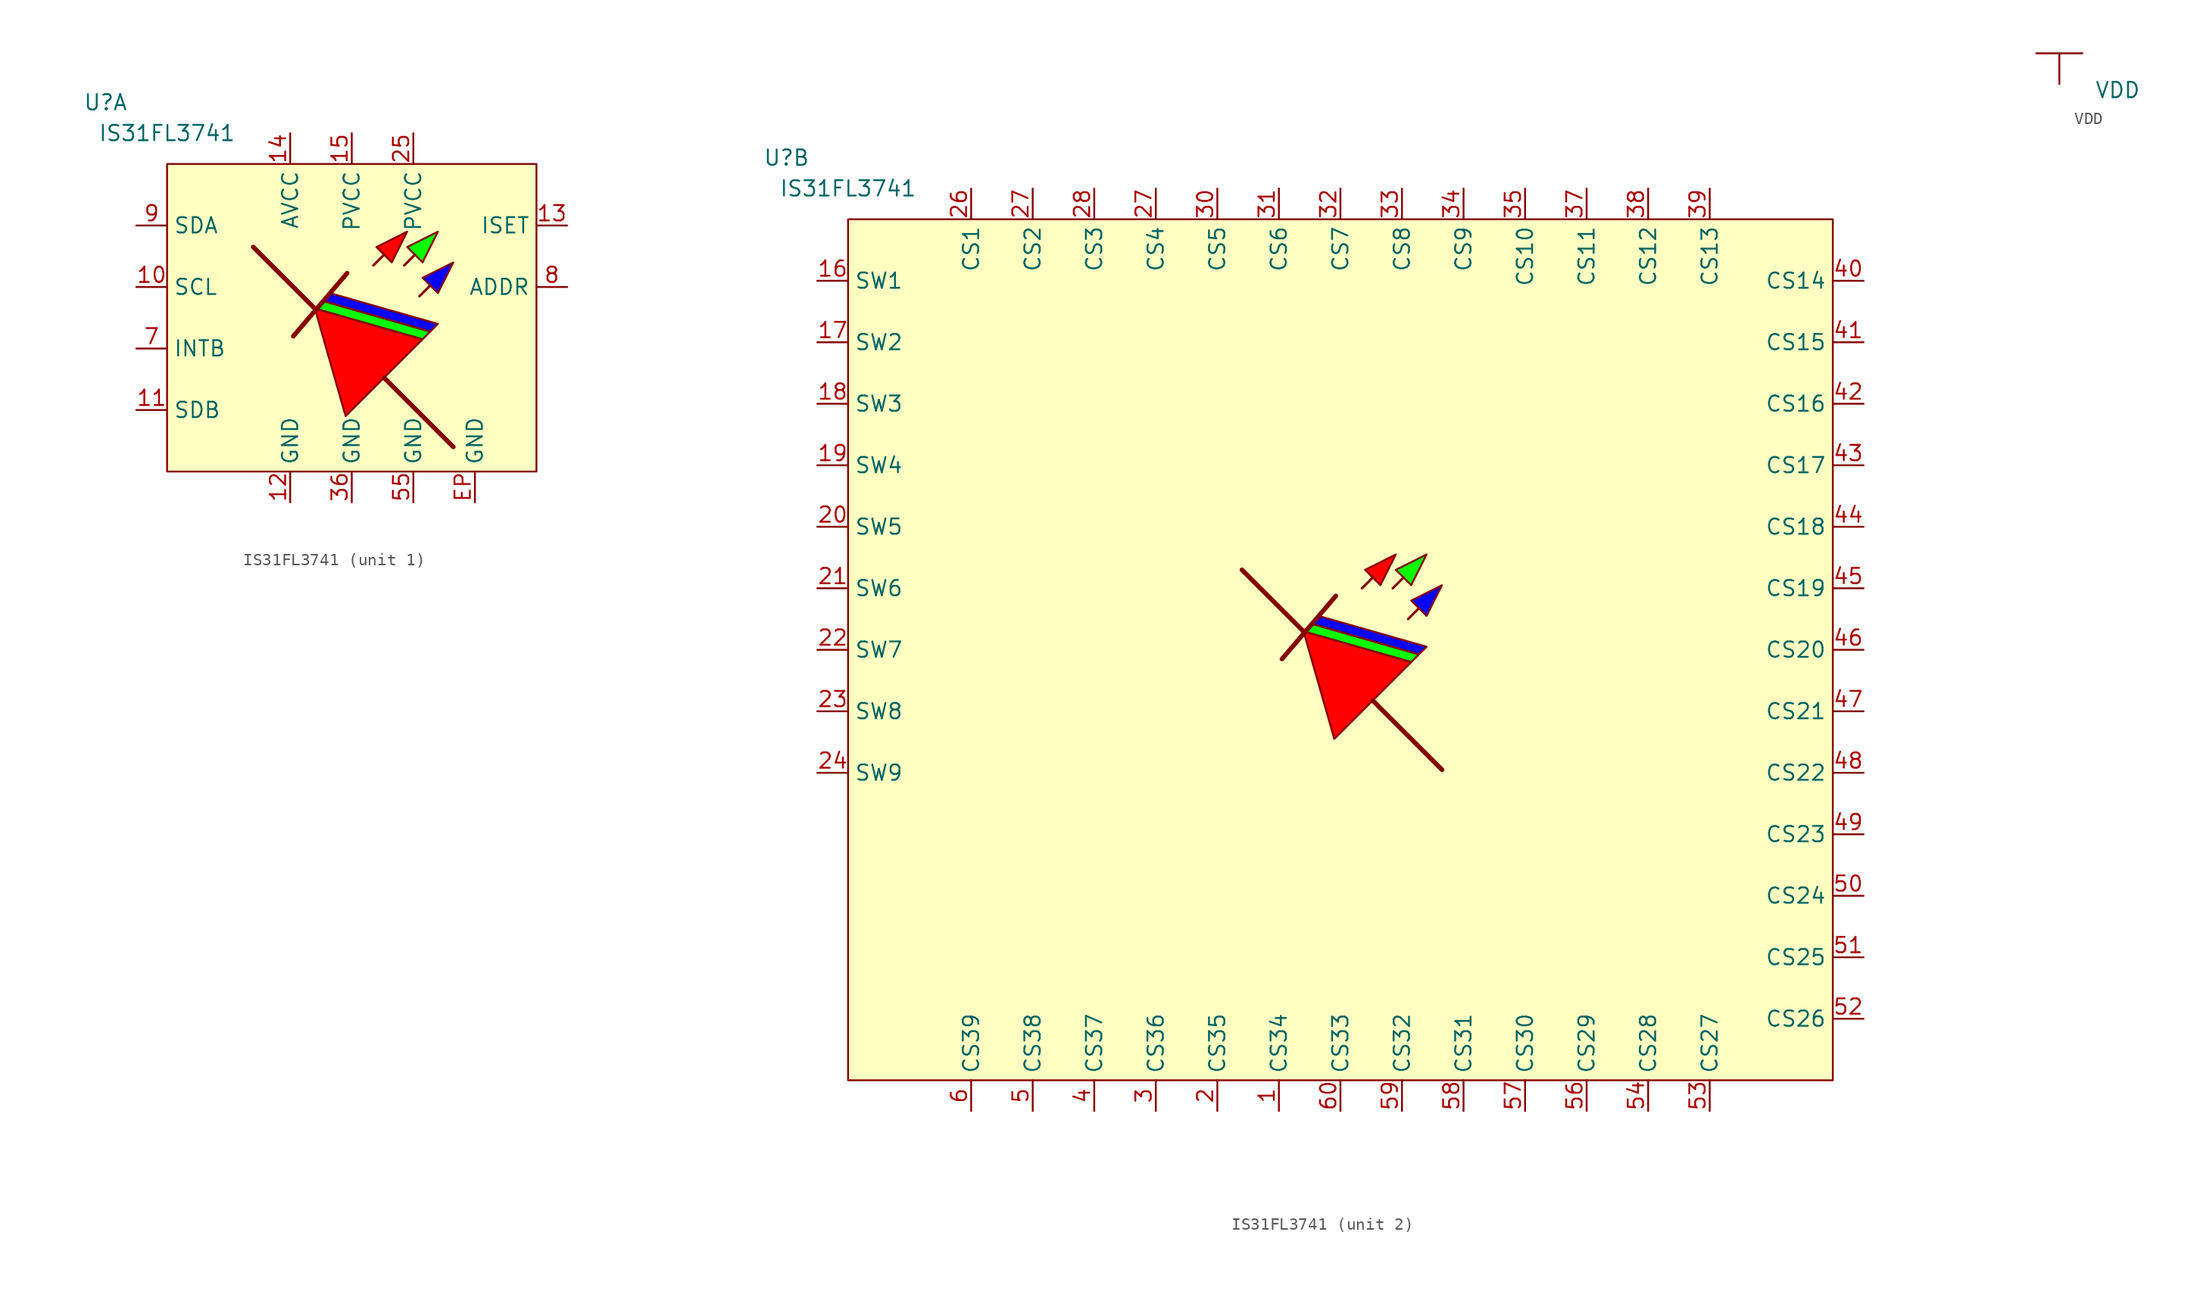
<source format=kicad_sym>
(kicad_symbol_lib
  (version 20241209)
  (generator "kicad_symbol_editor")
  (generator_version "9.0")
  (symbol "IS31FL3741"
    (property "Reference" "U"
      (at -5.08 5.08 0)
      (effects (font (size 1.27 1.27))))
    (property "Value" "IS31FL3741"
      (at 0 2.54 0)
      (effects (font (size 1.27 1.27))))
    (property "ki_locked" ""
      (at 0 0 0)
      (effects (font (size 1.27 1.27))))
    (symbol "IS31FL3741_1_1"
      (rectangle (start 0 0) (end 30.48 -25.4) (stroke (width 0) (type default)) (fill (type background)))
      (polyline (pts (xy 7.112 -6.858) (xy 12.192 -11.938)) (stroke (width 0.381) (type default)) (fill (type none)))
      (polyline (pts (xy 10.414 -14.224) (xy 14.859 -9.017)) (stroke (width 0.381) (type default)) (fill (type none)))
      (polyline (pts (xy 12.192 -11.938) (xy 14.732 -20.828) (xy 21.082 -14.478) (xy 12.192 -11.938)) (stroke (width 0) (type default)) (fill (type color) (color 255 0 0 1)))
      (polyline (pts (xy 17.907 -7.493) (xy 17.018 -8.382)) (stroke (width 0.203) (type default)) (fill (type none)))
      (polyline (pts (xy 17.907 -17.653) (xy 23.622 -23.368)) (stroke (width 0.381) (type default)) (fill (type none)))
      (polyline (pts (xy 18.542 -8.128) (xy 18.542 -8.128) (xy 19.812 -5.588) (xy 17.272 -6.858) (xy 18.542 -8.128)) (stroke (width 0) (type default)) (fill (type color) (color 255 0 0 1)))
      (polyline (pts (xy 20.447 -7.493) (xy 19.558 -8.382)) (stroke (width 0.203) (type default)) (fill (type none)))
      (polyline (pts (xy 21.082 -8.128) (xy 21.082 -8.128) (xy 22.352 -5.588) (xy 19.812 -6.858) (xy 21.082 -8.128)) (stroke (width 0) (type default)) (fill (type color) (color 0 255 0 1)))
      (polyline (pts (xy 21.082 -14.478) (xy 21.717 -13.843) (xy 12.827 -11.303) (xy 12.192 -11.938) (xy 21.082 -14.478)) (stroke (width 0) (type default)) (fill (type color) (color 0 255 0 1)))
      (polyline (pts (xy 21.717 -10.033) (xy 20.828 -10.922)) (stroke (width 0.203) (type default)) (fill (type none)))
      (polyline (pts (xy 21.717 -13.843) (xy 22.352 -13.208) (xy 13.462 -10.668) (xy 12.827 -11.303) (xy 21.717 -13.843)) (stroke (width 0) (type default)) (fill (type color) (color 0 0 255 1)))
      (polyline (pts (xy 22.352 -10.668) (xy 22.352 -10.668) (xy 23.622 -8.128) (xy 21.082 -9.398) (xy 22.352 -10.668)) (stroke (width 0) (type default)) (fill (type color) (color 0 0 255 1)))
      (pin bidirectional line (at -2.54 -5.08 0) (length 2.54) (name "SDA" (effects (font (size 1.27 1.27)))) (number "9" (effects (font (size 1.27 1.27)))))
      (pin input line (at -2.54 -10.16 0) (length 2.54) (name "SCL" (effects (font (size 1.27 1.27)))) (number "10" (effects (font (size 1.27 1.27)))))
      (pin input line (at -2.54 -15.24 0) (length 2.54) (name "INTB" (effects (font (size 1.27 1.27)))) (number "7" (effects (font (size 1.27 1.27)))))
      (pin input line (at -2.54 -20.32 0) (length 2.54) (name "SDB" (effects (font (size 1.27 1.27)))) (number "11" (effects (font (size 1.27 1.27)))))
      (pin power_in line (at 10.16 2.54 270) (length 2.54) (name "AVCC" (effects (font (size 1.27 1.27)))) (number "14" (effects (font (size 1.27 1.27)))))
      (pin input line (at 10.16 -27.94 90) (length 2.54) (name "GND" (effects (font (size 1.27 1.27)))) (number "12" (effects (font (size 1.27 1.27)))))
      (pin power_in line (at 15.24 2.54 270) (length 2.54) (name "PVCC" (effects (font (size 1.27 1.27)))) (number "15" (effects (font (size 1.27 1.27)))))
      (pin passive line (at 15.24 -27.94 90) (length 2.54) (name "GND" (effects (font (size 1.27 1.27)))) (number "36" (effects (font (size 1.27 1.27)))))
      (pin power_in line (at 20.32 2.54 270) (length 2.54) (name "PVCC" (effects (font (size 1.27 1.27)))) (number "25" (effects (font (size 1.27 1.27)))))
      (pin passive line (at 20.32 -27.94 90) (length 2.54) (name "GND" (effects (font (size 1.27 1.27)))) (number "55" (effects (font (size 1.27 1.27)))))
      (pin passive line (at 25.4 -27.94 90) (length 2.54) (name "GND" (effects (font (size 1.27 1.27)))) (number "EP" (effects (font (size 1.27 1.27)))))
      (pin input line (at 33.02 -5.08 180) (length 2.54) (name "ISET" (effects (font (size 1.27 1.27)))) (number "13" (effects (font (size 1.27 1.27)))))
      (pin input line (at 33.02 -10.16 180) (length 2.54) (name "ADDR" (effects (font (size 1.27 1.27)))) (number "8" (effects (font (size 1.27 1.27))))))
    (symbol "IS31FL3741_2_1"
      (rectangle (start 0 0) (end 81.28 -71.12) (stroke (width 0) (type default)) (fill (type background)))
      (polyline (pts (xy 32.512 -28.956) (xy 37.592 -34.036)) (stroke (width 0.381) (type default)) (fill (type none)))
      (polyline (pts (xy 35.814 -36.322) (xy 40.259 -31.115)) (stroke (width 0.381) (type default)) (fill (type none)))
      (polyline (pts (xy 37.592 -34.036) (xy 40.132 -42.926) (xy 46.482 -36.576) (xy 37.592 -34.036)) (stroke (width 0) (type default)) (fill (type color) (color 255 0 0 1)))
      (polyline (pts (xy 43.307 -29.591) (xy 42.418 -30.48)) (stroke (width 0.203) (type default)) (fill (type none)))
      (polyline (pts (xy 43.307 -39.751) (xy 49.022 -45.466)) (stroke (width 0.381) (type default)) (fill (type none)))
      (polyline (pts (xy 43.942 -30.226) (xy 43.942 -30.226) (xy 45.212 -27.686) (xy 42.672 -28.956) (xy 43.942 -30.226)) (stroke (width 0) (type default)) (fill (type color) (color 255 0 0 1)))
      (polyline (pts (xy 45.847 -29.591) (xy 44.958 -30.48)) (stroke (width 0.203) (type default)) (fill (type none)))
      (polyline (pts (xy 46.482 -30.226) (xy 46.482 -30.226) (xy 47.752 -27.686) (xy 45.212 -28.956) (xy 46.482 -30.226)) (stroke (width 0) (type default)) (fill (type color) (color 0 255 0 1)))
      (polyline (pts (xy 46.482 -36.576) (xy 47.117 -35.941) (xy 38.227 -33.401) (xy 37.592 -34.036) (xy 46.482 -36.576)) (stroke (width 0) (type default)) (fill (type color) (color 0 255 0 1)))
      (polyline (pts (xy 47.117 -32.131) (xy 46.228 -33.02)) (stroke (width 0.203) (type default)) (fill (type none)))
      (polyline (pts (xy 47.117 -35.941) (xy 47.752 -35.306) (xy 38.862 -32.766) (xy 38.227 -33.401) (xy 47.117 -35.941)) (stroke (width 0) (type default)) (fill (type color) (color 0 0 255 1)))
      (polyline (pts (xy 47.752 -32.766) (xy 47.752 -32.766) (xy 49.022 -30.226) (xy 46.482 -31.496) (xy 47.752 -32.766)) (stroke (width 0) (type default)) (fill (type color) (color 0 0 255 1)))
      (pin output line (at -2.54 -5.08 0) (length 2.54) (name "SW1" (effects (font (size 1.27 1.27)))) (number "16" (effects (font (size 1.27 1.27)))))
      (pin output line (at -2.54 -10.16 0) (length 2.54) (name "SW2" (effects (font (size 1.27 1.27)))) (number "17" (effects (font (size 1.27 1.27)))))
      (pin output line (at -2.54 -15.24 0) (length 2.54) (name "SW3" (effects (font (size 1.27 1.27)))) (number "18" (effects (font (size 1.27 1.27)))))
      (pin output line (at -2.54 -20.32 0) (length 2.54) (name "SW4" (effects (font (size 1.27 1.27)))) (number "19" (effects (font (size 1.27 1.27)))))
      (pin output line (at -2.54 -25.4 0) (length 2.54) (name "SW5" (effects (font (size 1.27 1.27)))) (number "20" (effects (font (size 1.27 1.27)))))
      (pin output line (at -2.54 -30.48 0) (length 2.54) (name "SW6" (effects (font (size 1.27 1.27)))) (number "21" (effects (font (size 1.27 1.27)))))
      (pin output line (at -2.54 -35.56 0) (length 2.54) (name "SW7" (effects (font (size 1.27 1.27)))) (number "22" (effects (font (size 1.27 1.27)))))
      (pin output line (at -2.54 -40.64 0) (length 2.54) (name "SW8" (effects (font (size 1.27 1.27)))) (number "23" (effects (font (size 1.27 1.27)))))
      (pin output line (at -2.54 -45.72 0) (length 2.54) (name "SW9" (effects (font (size 1.27 1.27)))) (number "24" (effects (font (size 1.27 1.27)))))
      (pin input line (at 10.16 2.54 270) (length 2.54) (name "CS1" (effects (font (size 1.27 1.27)))) (number "26" (effects (font (size 1.27 1.27)))))
      (pin input line (at 10.16 -73.66 90) (length 2.54) (name "CS39" (effects (font (size 1.27 1.27)))) (number "6" (effects (font (size 1.27 1.27)))))
      (pin input line (at 15.24 2.54 270) (length 2.54) (name "CS2" (effects (font (size 1.27 1.27)))) (number "27" (effects (font (size 1.27 1.27)))))
      (pin input line (at 15.24 -73.66 90) (length 2.54) (name "CS38" (effects (font (size 1.27 1.27)))) (number "5" (effects (font (size 1.27 1.27)))))
      (pin input line (at 20.32 2.54 270) (length 2.54) (name "CS3" (effects (font (size 1.27 1.27)))) (number "28" (effects (font (size 1.27 1.27)))))
      (pin input line (at 20.32 -73.66 90) (length 2.54) (name "CS37" (effects (font (size 1.27 1.27)))) (number "4" (effects (font (size 1.27 1.27)))))
      (pin input line (at 25.4 2.54 270) (length 2.54) (name "CS4" (effects (font (size 1.27 1.27)))) (number "27" (effects (font (size 1.27 1.27)))))
      (pin input line (at 25.4 -73.66 90) (length 2.54) (name "CS36" (effects (font (size 1.27 1.27)))) (number "3" (effects (font (size 1.27 1.27)))))
      (pin input line (at 30.48 2.54 270) (length 2.54) (name "CS5" (effects (font (size 1.27 1.27)))) (number "30" (effects (font (size 1.27 1.27)))))
      (pin input line (at 30.48 -73.66 90) (length 2.54) (name "CS35" (effects (font (size 1.27 1.27)))) (number "2" (effects (font (size 1.27 1.27)))))
      (pin input line (at 35.56 2.54 270) (length 2.54) (name "CS6" (effects (font (size 1.27 1.27)))) (number "31" (effects (font (size 1.27 1.27)))))
      (pin input line (at 35.56 -73.66 90) (length 2.54) (name "CS34" (effects (font (size 1.27 1.27)))) (number "1" (effects (font (size 1.27 1.27)))))
      (pin input line (at 40.64 2.54 270) (length 2.54) (name "CS7" (effects (font (size 1.27 1.27)))) (number "32" (effects (font (size 1.27 1.27)))))
      (pin input line (at 40.64 -73.66 90) (length 2.54) (name "CS33" (effects (font (size 1.27 1.27)))) (number "60" (effects (font (size 1.27 1.27)))))
      (pin input line (at 45.72 2.54 270) (length 2.54) (name "CS8" (effects (font (size 1.27 1.27)))) (number "33" (effects (font (size 1.27 1.27)))))
      (pin input line (at 45.72 -73.66 90) (length 2.54) (name "CS32" (effects (font (size 1.27 1.27)))) (number "59" (effects (font (size 1.27 1.27)))))
      (pin input line (at 50.8 2.54 270) (length 2.54) (name "CS9" (effects (font (size 1.27 1.27)))) (number "34" (effects (font (size 1.27 1.27)))))
      (pin input line (at 50.8 -73.66 90) (length 2.54) (name "CS31" (effects (font (size 1.27 1.27)))) (number "58" (effects (font (size 1.27 1.27)))))
      (pin input line (at 55.88 2.54 270) (length 2.54) (name "CS10" (effects (font (size 1.27 1.27)))) (number "35" (effects (font (size 1.27 1.27)))))
      (pin input line (at 55.88 -73.66 90) (length 2.54) (name "CS30" (effects (font (size 1.27 1.27)))) (number "57" (effects (font (size 1.27 1.27)))))
      (pin input line (at 60.96 2.54 270) (length 2.54) (name "CS11" (effects (font (size 1.27 1.27)))) (number "37" (effects (font (size 1.27 1.27)))))
      (pin input line (at 60.96 -73.66 90) (length 2.54) (name "CS29" (effects (font (size 1.27 1.27)))) (number "56" (effects (font (size 1.27 1.27)))))
      (pin input line (at 66.04 2.54 270) (length 2.54) (name "CS12" (effects (font (size 1.27 1.27)))) (number "38" (effects (font (size 1.27 1.27)))))
      (pin input line (at 66.04 -73.66 90) (length 2.54) (name "CS28" (effects (font (size 1.27 1.27)))) (number "54" (effects (font (size 1.27 1.27)))))
      (pin input line (at 71.12 2.54 270) (length 2.54) (name "CS13" (effects (font (size 1.27 1.27)))) (number "39" (effects (font (size 1.27 1.27)))))
      (pin input line (at 71.12 -73.66 90) (length 2.54) (name "CS27" (effects (font (size 1.27 1.27)))) (number "53" (effects (font (size 1.27 1.27)))))
      (pin input line (at 83.82 -5.08 180) (length 2.54) (name "CS14" (effects (font (size 1.27 1.27)))) (number "40" (effects (font (size 1.27 1.27)))))
      (pin input line (at 83.82 -10.16 180) (length 2.54) (name "CS15" (effects (font (size 1.27 1.27)))) (number "41" (effects (font (size 1.27 1.27)))))
      (pin input line (at 83.82 -15.24 180) (length 2.54) (name "CS16" (effects (font (size 1.27 1.27)))) (number "42" (effects (font (size 1.27 1.27)))))
      (pin input line (at 83.82 -20.32 180) (length 2.54) (name "CS17" (effects (font (size 1.27 1.27)))) (number "43" (effects (font (size 1.27 1.27)))))
      (pin input line (at 83.82 -25.4 180) (length 2.54) (name "CS18" (effects (font (size 1.27 1.27)))) (number "44" (effects (font (size 1.27 1.27)))))
      (pin input line (at 83.82 -30.48 180) (length 2.54) (name "CS19" (effects (font (size 1.27 1.27)))) (number "45" (effects (font (size 1.27 1.27)))))
      (pin input line (at 83.82 -35.56 180) (length 2.54) (name "CS20" (effects (font (size 1.27 1.27)))) (number "46" (effects (font (size 1.27 1.27)))))
      (pin input line (at 83.82 -40.64 180) (length 2.54) (name "CS21" (effects (font (size 1.27 1.27)))) (number "47" (effects (font (size 1.27 1.27)))))
      (pin input line (at 83.82 -45.72 180) (length 2.54) (name "CS22" (effects (font (size 1.27 1.27)))) (number "48" (effects (font (size 1.27 1.27)))))
      (pin input line (at 83.82 -50.8 180) (length 2.54) (name "CS23" (effects (font (size 1.27 1.27)))) (number "49" (effects (font (size 1.27 1.27)))))
      (pin input line (at 83.82 -55.88 180) (length 2.54) (name "CS24" (effects (font (size 1.27 1.27)))) (number "50" (effects (font (size 1.27 1.27)))))
      (pin input line (at 83.82 -60.96 180) (length 2.54) (name "CS25" (effects (font (size 1.27 1.27)))) (number "51" (effects (font (size 1.27 1.27)))))
      (pin input line (at 83.82 -66.04 180) (length 2.54) (name "CS26" (effects (font (size 1.27 1.27)))) (number "52" (effects (font (size 1.27 1.27)))))))
  (symbol "VDD"
    (power)
    (property "Reference" "#PWR"
      (at 3.175 1.27 0)
      (effects (font (size 1.27 1.27)) (hide yes)))
    (property "Value" "VDD"
      (at 4.826 -0.508 0)
      (effects (font (size 1.27 1.27))))
    (symbol "VDD_0_1"
      (polyline (pts (xy 0 2.54) (xy 0 0)) (stroke (width 0) (type default)) (fill (type none)))
      (polyline (pts (xy 1.905 2.54) (xy -1.905 2.54)) (stroke (width 0) (type default)) (fill (type none))))
    (symbol "VDD_1_1"
      (pin power_in line (at 0 0 90) (length 2.54) (hide yes) (name "VDD_3V3" (effects (font (size 1.27 1.27)))) (number "" (effects (font (size 1.27 1.27))))))))
</source>
